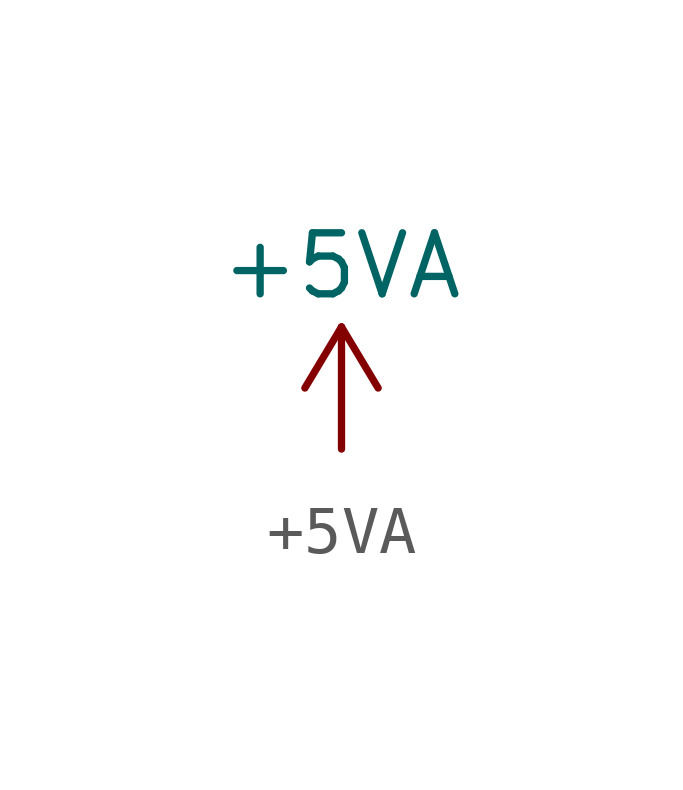
<source format=kicad_sym>
(kicad_symbol_lib
  (version 20220914)
  (generator kicad_symbol_editor)
  (symbol "+5VA"
    (power)
    (pin_names
      (offset 0))
    (property "Reference" "#PWR"
      (at 0 -2.54 0)
      (effects (font (size 1.27 1.27)) hide))
    (property "Value" "+5VA"
      (at 0 3.81 0)
      (effects (font (size 1.27 1.27))))
    (symbol "+5VA_1_1"
      (polyline (pts (xy -0.762 1.27) (xy 0 2.54)) (stroke (width 0) (type default)) (fill (type none)))
      (polyline (pts (xy 0 0) (xy 0 2.54)) (stroke (width 0) (type default)) (fill (type none)))
      (polyline (pts (xy 0 2.54) (xy 0.762 1.27)) (stroke (width 0) (type default)) (fill (type none)))
      (pin power_in line (at 0 0 90) (length 0) hide (name "+5VA" (effects (font (size 1.27 1.27)))) (number "1" (effects (font (size 1.27 1.27))))))))
</source>
